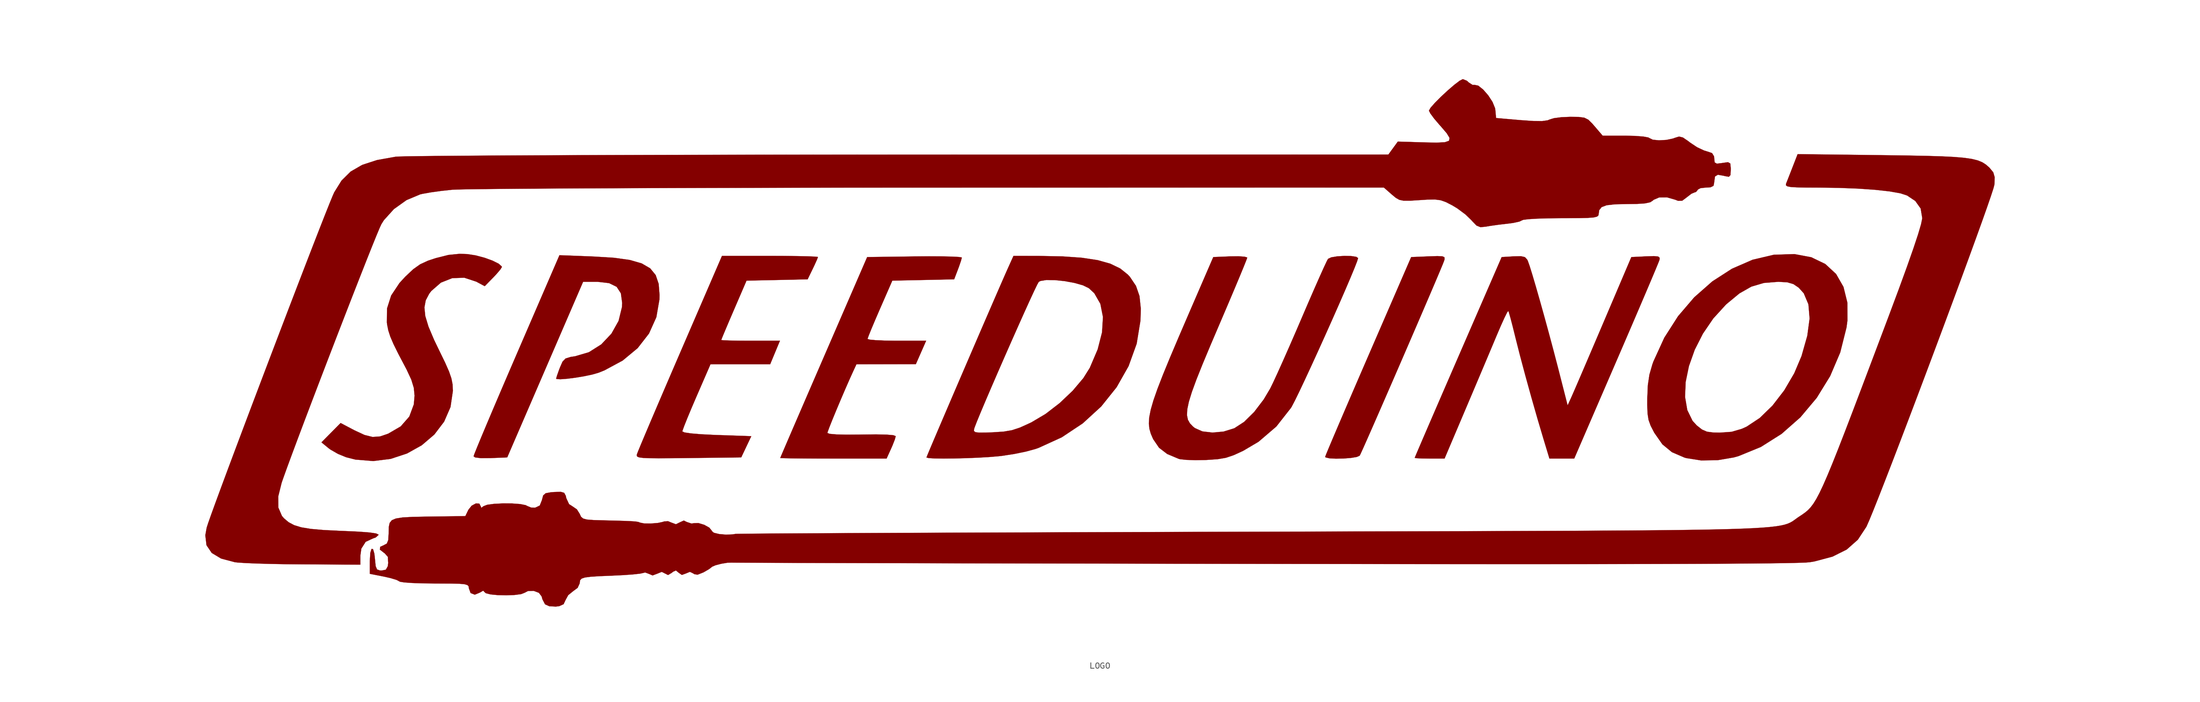
<source format=kicad_sym>
(kicad_symbol_lib
  (version 20231120)
  (generator "kicad_symbol_editor")
  (generator_version "8.0")
  (symbol "LOGO"
    (pin_names
      (offset 1.016))
    (property "Reference" "#G"
      (at 0 44.799 0)
      (effects (font (size 1.27 1.27)) (hide yes)))
    (symbol "LOGO_0_0"
      (polyline (pts (xy 37.139 -18.594) (xy 38.268 -18.505) (xy 39.158 -18.356) (xy 39.598 -18.156) (xy 39.744 -17.858) (xy 40.151 -16.962) (xy 40.775 -15.557) (xy 41.581 -13.726) (xy 42.532 -11.553) (xy 43.593 -9.118) (xy 44.729 -6.506) (xy 45.903 -3.797) (xy 47.08 -1.075) (xy 48.224 1.577) (xy 49.3 4.079) (xy 50.272 6.346) (xy 51.104 8.296) (xy 51.76 9.848) (xy 52.205 10.918) (xy 52.402 11.424) (xy 52.472 11.667) (xy 52.451 11.96) (xy 52.128 12.103) (xy 51.365 12.134) (xy 50.024 12.09) (xy 47.401 11.985) (xy 40.888 -3.041) (xy 39.752 -5.664) (xy 38.494 -8.578) (xy 37.351 -11.236) (xy 36.352 -13.569) (xy 35.525 -15.512) (xy 34.898 -16.998) (xy 34.5 -17.961) (xy 34.359 -18.334) (xy 34.433 -18.431) (xy 35.011 -18.564) (xy 35.983 -18.616) (xy 37.139 -18.594)) (stroke (width 0.01) (type default)) (fill (type outline)))
      (polyline (pts (xy -92.251 -18.529) (xy -89.699 -18.424) (xy -83.945 -5.098) (xy -78.191 8.228) (xy -76.171 8.228) (xy -75.975 8.227) (xy -74.253 8.031) (xy -73.105 7.468) (xy -72.464 6.484) (xy -72.265 5.023) (xy -72.293 4.415) (xy -72.811 2.297) (xy -73.898 0.359) (xy -75.437 -1.269) (xy -77.314 -2.457) (xy -79.415 -3.074) (xy -80.066 -3.17) (xy -80.848 -3.408) (xy -81.312 -3.885) (xy -81.712 -4.794) (xy -81.871 -5.215) (xy -82.165 -6.05) (xy -82.282 -6.465) (xy -82.211 -6.526) (xy -81.632 -6.563) (xy -80.618 -6.487) (xy -79.351 -6.325) (xy -78.014 -6.102) (xy -76.787 -5.843) (xy -75.854 -5.573) (xy -74.968 -5.221) (xy -72.19 -3.723) (xy -69.918 -1.839) (xy -68.199 0.373) (xy -67.082 2.854) (xy -66.616 5.545) (xy -66.599 6.225) (xy -66.731 7.919) (xy -67.184 9.255) (xy -68.021 10.277) (xy -69.308 11.025) (xy -71.109 11.545) (xy -73.489 11.877) (xy -76.512 12.064) (xy -81.782 12.267) (xy -88.292 -2.805) (xy -89.433 -5.451) (xy -90.688 -8.377) (xy -91.828 -11.05) (xy -92.823 -13.402) (xy -93.647 -15.365) (xy -94.27 -16.873) (xy -94.665 -17.859) (xy -94.803 -18.255) (xy -94.579 -18.427) (xy -93.711 -18.538) (xy -92.251 -18.529)) (stroke (width 0.01) (type default)) (fill (type outline)))
      (polyline (pts (xy -64.796 -18.549) (xy -62.207 -18.52) (xy -54.208 -18.424) (xy -53.444 -16.814) (xy -52.681 -15.204) (xy -57.912 -15.025) (xy -58.347 -15.009) (xy -60.314 -14.91) (xy -61.827 -14.784) (xy -62.799 -14.64) (xy -63.142 -14.489) (xy -63.111 -14.357) (xy -62.858 -13.655) (xy -62.389 -12.481) (xy -61.755 -10.958) (xy -61.007 -9.212) (xy -58.871 -4.293) (xy -54.347 -4.293) (xy -49.822 -4.293) (xy -49.079 -2.504) (xy -48.335 -0.715) (xy -52.787 -0.715) (xy -52.964 -0.715) (xy -54.631 -0.706) (xy -55.989 -0.682) (xy -56.904 -0.648) (xy -57.239 -0.607) (xy -57.229 -0.573) (xy -57.029 -0.068) (xy -56.609 0.936) (xy -56.023 2.318) (xy -55.321 3.954) (xy -53.403 8.407) (xy -48.769 8.506) (xy -44.136 8.606) (xy -43.354 10.215) (xy -43.081 10.788) (xy -42.715 11.602) (xy -42.572 11.994) (xy -42.592 12.007) (xy -43.089 12.057) (xy -44.169 12.1) (xy -45.727 12.133) (xy -47.656 12.155) (xy -49.851 12.163) (xy -57.13 12.163) (xy -63.499 -2.583) (xy -64.499 -4.9) (xy -65.76 -7.834) (xy -66.914 -10.529) (xy -67.931 -12.914) (xy -68.781 -14.92) (xy -69.436 -16.479) (xy -69.864 -17.519) (xy -70.037 -17.973) (xy -70.061 -18.129) (xy -69.982 -18.299) (xy -69.697 -18.421) (xy -69.12 -18.501) (xy -68.168 -18.545) (xy -66.755 -18.559) (xy -64.796 -18.549)) (stroke (width 0.01) (type default)) (fill (type outline)))
      (polyline (pts (xy -31.472 -17.082) (xy -31.269 -16.621) (xy -30.917 -15.723) (xy -30.773 -15.204) (xy -31.112 -15.06) (xy -32.119 -14.969) (xy -33.748 -14.932) (xy -35.953 -14.954) (xy -36.24 -14.96) (xy -38.27 -14.973) (xy -39.814 -14.935) (xy -40.796 -14.849) (xy -41.141 -14.718) (xy -41.106 -14.579) (xy -40.851 -13.88) (xy -40.397 -12.737) (xy -39.801 -11.29) (xy -39.124 -9.68) (xy -38.424 -8.047) (xy -37.76 -6.533) (xy -37.191 -5.277) (xy -36.733 -4.293) (xy -32.229 -4.285) (xy -27.725 -4.276) (xy -26.943 -2.496) (xy -26.161 -0.715) (xy -30.61 -0.715) (xy -30.786 -0.715) (xy -32.451 -0.691) (xy -33.807 -0.633) (xy -34.719 -0.549) (xy -35.051 -0.447) (xy -35.046 -0.418) (xy -34.861 0.097) (xy -34.45 1.112) (xy -33.867 2.494) (xy -33.168 4.114) (xy -31.292 8.407) (xy -26.602 8.507) (xy -21.912 8.606) (xy -21.331 10.128) (xy -21.165 10.573) (xy -20.867 11.447) (xy -20.749 11.915) (xy -20.764 11.931) (xy -21.238 12.003) (xy -22.299 12.057) (xy -23.838 12.089) (xy -25.751 12.098) (xy -27.93 12.081) (xy -35.11 11.985) (xy -41.699 -3.22) (xy -42.912 -6.021) (xy -44.171 -8.929) (xy -45.312 -11.571) (xy -46.31 -13.882) (xy -47.134 -15.796) (xy -47.758 -17.25) (xy -48.154 -18.177) (xy -48.292 -18.513) (xy -48.199 -18.527) (xy -47.529 -18.551) (xy -46.295 -18.572) (xy -44.601 -18.588) (xy -42.545 -18.599) (xy -40.229 -18.603) (xy -32.162 -18.603) (xy -31.472 -17.082)) (stroke (width 0.01) (type default)) (fill (type outline)))
      (polyline (pts (xy -107.385 -18.651) (xy -104.9 -17.832) (xy -102.658 -16.579) (xy -100.75 -14.948) (xy -99.268 -12.996) (xy -98.303 -10.779) (xy -97.946 -8.355) (xy -97.945 -8.232) (xy -97.992 -7.325) (xy -98.167 -6.43) (xy -98.525 -5.389) (xy -99.119 -4.039) (xy -100.003 -2.222) (xy -100.791 -0.586) (xy -101.646 1.434) (xy -102.13 3.038) (xy -102.261 4.331) (xy -102.059 5.418) (xy -101.543 6.403) (xy -101.217 6.835) (xy -99.761 8.104) (xy -98.044 8.788) (xy -96.209 8.85) (xy -94.398 8.253) (xy -93.11 7.563) (xy -91.81 8.894) (xy -91.329 9.405) (xy -90.74 10.097) (xy -90.51 10.472) (xy -90.528 10.555) (xy -90.986 10.973) (xy -91.919 11.44) (xy -93.145 11.885) (xy -94.48 12.24) (xy -95.739 12.436) (xy -96.905 12.479) (xy -98.603 12.312) (xy -100.546 11.824) (xy -101.693 11.445) (xy -102.897 10.895) (xy -103.956 10.142) (xy -105.166 9.006) (xy -106.034 8.061) (xy -107.304 6.152) (xy -107.93 4.186) (xy -107.956 2.057) (xy -107.91 1.708) (xy -107.736 0.837) (xy -107.434 -0.095) (xy -106.949 -1.226) (xy -106.221 -2.699) (xy -105.194 -4.651) (xy -104.962 -5.092) (xy -104.246 -6.632) (xy -103.867 -7.877) (xy -103.754 -9.051) (xy -103.868 -10.379) (xy -104.555 -12.229) (xy -105.856 -13.716) (xy -107.764 -14.829) (xy -108.969 -15.238) (xy -110.12 -15.324) (xy -111.35 -15.018) (xy -112.9 -14.293) (xy -114.972 -13.204) (xy -116.425 -14.672) (xy -117.877 -16.141) (xy -116.804 -17.021) (xy -116.541 -17.219) (xy -115.38 -17.889) (xy -114.121 -18.406) (xy -112.72 -18.758) (xy -110.022 -18.978) (xy -107.385 -18.651)) (stroke (width 0.01) (type default)) (fill (type outline)))
      (polyline (pts (xy 55.617 -11.18) (xy 55.808 -10.729) (xy 56.853 -8.264) (xy 57.904 -5.779) (xy 58.89 -3.444) (xy 59.739 -1.428) (xy 60.379 0.099) (xy 61.006 1.563) (xy 61.553 2.77) (xy 61.947 3.562) (xy 62.13 3.815) (xy 62.221 3.579) (xy 62.455 2.767) (xy 62.781 1.524) (xy 63.159 0.0004) (xy 63.227 -0.278) (xy 63.904 -2.947) (xy 64.73 -6.044) (xy 65.643 -9.344) (xy 66.579 -12.622) (xy 67.478 -15.651) (xy 68.373 -18.603) (xy 70.253 -18.603) (xy 72.134 -18.603) (xy 78.512 -3.846) (xy 79.517 -1.519) (xy 80.78 1.416) (xy 81.935 4.111) (xy 82.953 6.496) (xy 83.805 8.503) (xy 84.46 10.061) (xy 84.889 11.102) (xy 85.064 11.556) (xy 85.097 11.871) (xy 84.872 12.069) (xy 84.227 12.13) (xy 83.016 12.092) (xy 80.795 11.985) (xy 76.529 1.968) (xy 76.174 1.134) (xy 75.096 -1.391) (xy 74.098 -3.725) (xy 73.219 -5.775) (xy 72.499 -7.448) (xy 71.978 -8.649) (xy 71.698 -9.286) (xy 71.132 -10.523) (xy 69.766 -5.172) (xy 69.629 -4.639) (xy 68.979 -2.149) (xy 68.291 0.423) (xy 67.596 2.966) (xy 66.925 5.369) (xy 66.309 7.523) (xy 65.78 9.316) (xy 65.369 10.637) (xy 65.106 11.377) (xy 65.001 11.599) (xy 64.657 11.978) (xy 64.043 12.118) (xy 62.939 12.093) (xy 61.128 11.985) (xy 54.533 -3.201) (xy 53.324 -5.988) (xy 52.063 -8.896) (xy 50.92 -11.539) (xy 49.921 -13.851) (xy 49.096 -15.768) (xy 48.471 -17.225) (xy 48.076 -18.155) (xy 47.938 -18.495) (xy 48.218 -18.547) (xy 49.035 -18.587) (xy 50.202 -18.603) (xy 52.467 -18.603) (xy 55.617 -11.18)) (stroke (width 0.01) (type default)) (fill (type outline)))
      (polyline (pts (xy 93.871 -18.848) (xy 96.344 -18.427) (xy 97.075 -18.22) (xy 100.448 -16.836) (xy 103.591 -14.848) (xy 106.437 -12.339) (xy 108.914 -9.389) (xy 110.953 -6.079) (xy 112.482 -2.491) (xy 113.432 1.296) (xy 113.571 2.349) (xy 113.558 5.086) (xy 112.972 7.459) (xy 111.847 9.423) (xy 110.21 10.936) (xy 108.093 11.956) (xy 105.527 12.438) (xy 102.395 12.335) (xy 99.18 11.577) (xy 96.051 10.212) (xy 93.077 8.293) (xy 90.33 5.873) (xy 87.879 3.007) (xy 85.796 -0.251) (xy 84.15 -3.849) (xy 83.986 -4.301) (xy 83.537 -5.862) (xy 83.297 -7.479) (xy 83.223 -9.246) (xy 88.942 -9.246) (xy 89.033 -6.99) (xy 89.53 -4.572) (xy 90.411 -2.09) (xy 91.65 0.354) (xy 93.223 2.661) (xy 95.108 4.73) (xy 95.268 4.88) (xy 97.19 6.469) (xy 99.005 7.501) (xy 100.901 8.06) (xy 103.067 8.228) (xy 103.112 8.228) (xy 104.444 8.155) (xy 105.37 7.886) (xy 106.18 7.339) (xy 106.947 6.487) (xy 107.654 4.811) (xy 107.833 2.661) (xy 107.483 0.039) (xy 106.605 -3.05) (xy 105.503 -5.653) (xy 103.983 -8.251) (xy 102.202 -10.561) (xy 100.27 -12.44) (xy 98.298 -13.747) (xy 97.545 -14.091) (xy 96.001 -14.54) (xy 94.208 -14.668) (xy 93.269 -14.651) (xy 92.269 -14.524) (xy 91.514 -14.195) (xy 90.723 -13.576) (xy 90.077 -12.867) (xy 89.282 -11.238) (xy 88.942 -9.246) (xy 83.223 -9.246) (xy 83.213 -9.48) (xy 83.209 -10.438) (xy 83.254 -11.761) (xy 83.408 -12.738) (xy 83.719 -13.606) (xy 84.233 -14.604) (xy 84.281 -14.692) (xy 85.498 -16.434) (xy 86.953 -17.631) (xy 88.843 -18.447) (xy 89.126 -18.53) (xy 91.367 -18.883) (xy 93.871 -18.848)) (stroke (width 0.01) (type default)) (fill (type outline)))
      (polyline (pts (xy 16.21 -18.817) (xy 16.425 -18.808) (xy 18.064 -18.696) (xy 19.326 -18.476) (xy 20.514 -18.075) (xy 21.934 -17.419) (xy 24.251 -16.051) (xy 26.951 -13.74) (xy 29.177 -10.903) (xy 29.296 -10.702) (xy 29.77 -9.794) (xy 30.449 -8.403) (xy 31.29 -6.622) (xy 32.252 -4.547) (xy 33.292 -2.271) (xy 34.367 0.111) (xy 35.437 2.505) (xy 36.457 4.816) (xy 37.387 6.95) (xy 38.183 8.813) (xy 38.804 10.31) (xy 39.208 11.347) (xy 39.352 11.83) (xy 39.077 12.025) (xy 38.307 12.14) (xy 37.266 12.161) (xy 36.182 12.094) (xy 35.282 11.943) (xy 34.793 11.716) (xy 34.597 11.35) (xy 34.151 10.399) (xy 33.505 8.964) (xy 32.699 7.138) (xy 31.775 5.014) (xy 30.774 2.683) (xy 29.966 0.801) (xy 28.933 -1.573) (xy 27.969 -3.755) (xy 27.128 -5.627) (xy 26.459 -7.072) (xy 26.017 -7.976) (xy 25.031 -9.634) (xy 23.584 -11.535) (xy 22.058 -13.037) (xy 20.584 -13.995) (xy 20.563 -14.005) (xy 18.957 -14.501) (xy 17.265 -14.657) (xy 15.725 -14.476) (xy 14.577 -13.958) (xy 14.312 -13.739) (xy 13.85 -13.259) (xy 13.54 -12.708) (xy 13.399 -12.02) (xy 13.442 -11.131) (xy 13.685 -9.976) (xy 14.142 -8.491) (xy 14.83 -6.612) (xy 15.764 -4.273) (xy 16.959 -1.411) (xy 18.432 2.04) (xy 18.701 2.668) (xy 19.726 5.071) (xy 20.644 7.242) (xy 21.42 9.095) (xy 22.017 10.546) (xy 22.402 11.51) (xy 22.538 11.901) (xy 22.533 11.92) (xy 22.131 12.043) (xy 21.215 12.104) (xy 19.962 12.09) (xy 17.386 11.985) (xy 13.673 3.399) (xy 12.134 -0.175) (xy 10.811 -3.296) (xy 9.745 -5.892) (xy 8.918 -8.028) (xy 8.309 -9.77) (xy 7.902 -11.181) (xy 7.677 -12.327) (xy 7.616 -13.273) (xy 7.699 -14.083) (xy 7.909 -14.823) (xy 8.226 -15.558) (xy 8.281 -15.669) (xy 9.159 -16.958) (xy 10.393 -17.904) (xy 12.161 -18.649) (xy 12.352 -18.696) (xy 13.306 -18.799) (xy 14.668 -18.843) (xy 16.21 -18.817)) (stroke (width 0.01) (type default)) (fill (type outline)))
      (polyline (pts (xy -21.888 -18.585) (xy -20.085 -18.539) (xy -18.263 -18.465) (xy -16.558 -18.365) (xy -15.111 -18.241) (xy -14.655 -18.189) (xy -12.805 -17.905) (xy -11 -17.534) (xy -9.576 -17.144) (xy -9.104 -16.979) (xy -5.587 -15.373) (xy -2.4 -13.251) (xy 0.394 -10.691) (xy 2.729 -7.772) (xy 4.542 -4.572) (xy 5.769 -1.17) (xy 6.346 2.357) (xy 6.395 4.167) (xy 6.197 6.069) (xy 5.664 7.612) (xy 4.754 8.969) (xy 4.427 9.328) (xy 3.264 10.258) (xy 1.766 10.982) (xy -0.14 11.517) (xy -2.53 11.88) (xy -5.476 12.087) (xy -9.053 12.157) (xy -12.918 12.163) (xy -13.764 10.285) (xy -13.791 10.227) (xy -14.238 9.217) (xy -14.89 7.726) (xy -15.712 5.836) (xy -16.669 3.628) (xy -17.727 1.183) (xy -18.849 -1.419) (xy -20.001 -4.095) (xy -21.149 -6.764) (xy -22.257 -9.345) (xy -23.29 -11.758) (xy -24.214 -13.919) (xy -24.419 -14.401) (xy -18.916 -14.401) (xy -18.878 -14.08) (xy -18.809 -13.87) (xy -18.469 -12.99) (xy -17.907 -11.623) (xy -17.166 -9.867) (xy -16.287 -7.815) (xy -15.313 -5.563) (xy -14.284 -3.207) (xy -13.243 -0.841) (xy -12.232 1.439) (xy -11.293 3.537) (xy -10.467 5.359) (xy -9.796 6.808) (xy -9.323 7.79) (xy -9.089 8.209) (xy -8.837 8.357) (xy -7.929 8.505) (xy -6.632 8.488) (xy -5.144 8.332) (xy -3.659 8.059) (xy -2.376 7.696) (xy -1.49 7.266) (xy -0.658 6.493) (xy 0.262 4.886) (xy 0.655 2.89) (xy 0.518 0.566) (xy -0.147 -2.027) (xy -1.343 -4.83) (xy -2.321 -6.391) (xy -3.942 -8.311) (xy -5.908 -10.176) (xy -8.045 -11.824) (xy -10.176 -13.089) (xy -10.444 -13.22) (xy -11.922 -13.892) (xy -13.14 -14.294) (xy -14.41 -14.509) (xy -16.042 -14.617) (xy -17.101 -14.657) (xy -18.158 -14.665) (xy -18.719 -14.588) (xy -18.916 -14.401) (xy -24.419 -14.401) (xy -24.994 -15.749) (xy -25.594 -17.167) (xy -25.979 -18.09) (xy -26.116 -18.438) (xy -25.784 -18.529) (xy -24.876 -18.582) (xy -23.531 -18.6) (xy -21.888 -18.585)) (stroke (width 0.01) (type default)) (fill (type outline)))
      (polyline (pts (xy -111.975 -33.326) (xy -111.826 -32.27) (xy -111.171 -31.238) (xy -110.037 -30.714) (xy -109.641 -30.58) (xy -109.218 -30.188) (xy -109.219 -30.142) (xy -109.594 -29.968) (xy -110.586 -29.821) (xy -112.229 -29.697) (xy -114.555 -29.592) (xy -115.079 -29.572) (xy -117.579 -29.447) (xy -119.496 -29.277) (xy -120.941 -29.039) (xy -122.025 -28.707) (xy -122.86 -28.26) (xy -123.557 -27.672) (xy -123.869 -27.311) (xy -124.421 -26.027) (xy -124.435 -24.369) (xy -123.916 -22.282) (xy -123.675 -21.586) (xy -123.101 -19.991) (xy -122.344 -17.935) (xy -121.433 -15.494) (xy -120.398 -12.744) (xy -119.266 -9.76) (xy -118.067 -6.617) (xy -116.831 -3.39) (xy -115.585 -0.155) (xy -114.36 3.012) (xy -113.184 6.038) (xy -112.086 8.845) (xy -111.096 11.36) (xy -110.241 13.507) (xy -109.552 15.21) (xy -109.057 16.394) (xy -108.785 16.983) (xy -108.409 17.581) (xy -106.891 19.263) (xy -104.978 20.63) (xy -102.91 21.499) (xy -102.561 21.582) (xy -101.31 21.805) (xy -99.711 22.026) (xy -98.022 22.207) (xy -98.008 22.208) (xy -97.278 22.239) (xy -95.871 22.27) (xy -93.823 22.299) (xy -91.173 22.328) (xy -87.955 22.355) (xy -84.207 22.38) (xy -79.967 22.404) (xy -75.269 22.427) (xy -70.153 22.448) (xy -64.653 22.466) (xy -58.808 22.482) (xy -52.654 22.496) (xy -46.227 22.508) (xy -39.565 22.517) (xy -32.704 22.522) (xy -25.681 22.525) (xy 43.262 22.538) (xy 44.469 21.478) (xy 45.068 20.979) (xy 45.606 20.673) (xy 46.263 20.539) (xy 47.237 20.539) (xy 48.725 20.633) (xy 49.835 20.705) (xy 51.012 20.725) (xy 51.88 20.612) (xy 52.68 20.326) (xy 53.65 19.827) (xy 54.411 19.365) (xy 55.628 18.459) (xy 56.532 17.586) (xy 56.628 17.47) (xy 57.309 16.769) (xy 57.914 16.522) (xy 58.73 16.603) (xy 59.307 16.704) (xy 60.599 16.888) (xy 61.985 17.049) (xy 62.882 17.168) (xy 63.807 17.369) (xy 64.242 17.573) (xy 64.419 17.641) (xy 65.206 17.739) (xy 66.506 17.817) (xy 68.192 17.869) (xy 70.139 17.887) (xy 70.958 17.888) (xy 72.876 17.899) (xy 74.216 17.933) (xy 75.081 18.002) (xy 75.572 18.117) (xy 75.792 18.289) (xy 75.842 18.531) (xy 75.927 19.109) (xy 76.293 19.57) (xy 77.049 19.852) (xy 78.303 19.995) (xy 80.163 20.034) (xy 81.609 20.052) (xy 82.88 20.136) (xy 83.659 20.303) (xy 84.07 20.57) (xy 84.171 20.674) (xy 85.028 21.04) (xy 86.208 21.049) (xy 87.456 20.69) (xy 87.891 20.52) (xy 88.512 20.536) (xy 89.195 21.048) (xy 89.198 21.051) (xy 89.903 21.596) (xy 90.444 21.823) (xy 90.587 21.844) (xy 90.868 22.18) (xy 90.878 22.227) (xy 91.292 22.448) (xy 92.12 22.538) (xy 92.813 22.574) (xy 93.266 22.806) (xy 93.372 23.373) (xy 93.372 23.416) (xy 93.485 24.216) (xy 93.919 24.483) (xy 94.83 24.319) (xy 94.959 24.282) (xy 95.591 24.17) (xy 95.835 24.441) (xy 95.876 25.262) (xy 95.875 25.506) (xy 95.802 26.19) (xy 95.457 26.387) (xy 94.624 26.271) (xy 94.586 26.264) (xy 93.772 26.162) (xy 93.437 26.346) (xy 93.372 26.925) (xy 93.347 27.265) (xy 93.038 27.769) (xy 92.214 28.046) (xy 91.849 28.151) (xy 90.755 28.665) (xy 89.678 29.386) (xy 89.419 29.591) (xy 88.619 30.135) (xy 88.033 30.277) (xy 87.42 30.093) (xy 87.13 29.982) (xy 86.105 29.767) (xy 84.989 29.705) (xy 84.044 29.799) (xy 83.534 30.051) (xy 83.371 30.14) (xy 82.612 30.279) (xy 81.393 30.373) (xy 79.88 30.409) (xy 76.448 30.409) (xy 75.223 31.84) (xy 74.861 32.257) (xy 74.271 32.837) (xy 73.674 33.139) (xy 72.835 33.253) (xy 71.517 33.27) (xy 70.203 33.216) (xy 69.059 33.069) (xy 68.378 32.86) (xy 68.114 32.745) (xy 67.285 32.627) (xy 65.946 32.635) (xy 64 32.77) (xy 60.28 33.092) (xy 60.166 34.344) (xy 60.124 34.592) (xy 59.74 35.534) (xy 59.091 36.533) (xy 58.322 37.415) (xy 57.578 38.005) (xy 57.007 38.129) (xy 56.708 38.121) (xy 56.148 38.479) (xy 55.862 38.743) (xy 55.241 38.994) (xy 55.236 38.994) (xy 54.755 38.752) (xy 53.942 38.133) (xy 52.947 37.276) (xy 51.916 36.318) (xy 50.999 35.396) (xy 50.343 34.649) (xy 50.096 34.213) (xy 50.309 33.786) (xy 50.889 33) (xy 51.706 32.041) (xy 51.912 31.813) (xy 52.797 30.776) (xy 53.225 30.069) (xy 53.146 29.635) (xy 52.506 29.416) (xy 51.255 29.355) (xy 49.341 29.393) (xy 45.377 29.514) (xy 44.66 28.53) (xy 43.943 27.547) (xy -30.17 27.535) (xy -35.018 27.533) (xy -42.171 27.529) (xy -49.128 27.522) (xy -55.856 27.512) (xy -62.319 27.5) (xy -68.482 27.486) (xy -74.312 27.469) (xy -79.773 27.451) (xy -84.83 27.43) (xy -89.45 27.408) (xy -93.597 27.385) (xy -97.236 27.36) (xy -100.334 27.334) (xy -102.854 27.306) (xy -104.763 27.278) (xy -106.026 27.249) (xy -106.609 27.219) (xy -106.626 27.217) (xy -109.458 26.71) (xy -111.699 25.978) (xy -113.456 24.96) (xy -114.833 23.595) (xy -115.936 21.823) (xy -116.161 21.319) (xy -116.642 20.15) (xy -117.326 18.434) (xy -118.189 16.237) (xy -119.204 13.629) (xy -120.346 10.675) (xy -121.589 7.444) (xy -122.908 4.003) (xy -124.276 0.42) (xy -125.669 -3.238) (xy -127.06 -6.904) (xy -128.425 -10.509) (xy -129.736 -13.987) (xy -130.969 -17.27) (xy -132.099 -20.291) (xy -133.098 -22.982) (xy -133.942 -25.275) (xy -134.606 -27.103) (xy -135.063 -28.398) (xy -135.287 -29.094) (xy -135.492 -30.246) (xy -135.314 -31.755) (xy -134.52 -32.928) (xy -133.097 -33.781) (xy -131.032 -34.33) (xy -130.61 -34.38) (xy -129.403 -34.46) (xy -127.679 -34.532) (xy -125.562 -34.592) (xy -123.178 -34.636) (xy -120.65 -34.659) (xy -111.975 -34.701) (xy -111.975 -33.326)) (stroke (width 0.01) (type default)) (fill (type outline)))
      (polyline (pts (xy -81.813 -41.004) (xy -81.152 -40.709) (xy -80.85 -40.068) (xy -80.45 -39.336) (xy -79.673 -38.706) (xy -79.02 -38.225) (xy -78.704 -37.533) (xy -78.703 -37.42) (xy -78.643 -37.068) (xy -78.416 -36.82) (xy -77.91 -36.651) (xy -77.017 -36.536) (xy -75.628 -36.45) (xy -73.633 -36.367) (xy -72.066 -36.291) (xy -70.612 -36.186) (xy -69.556 -36.071) (xy -69.057 -35.961) (xy -68.778 -35.892) (xy -68.163 -36.122) (xy -67.655 -36.343) (xy -66.936 -36.072) (xy -66.934 -36.071) (xy -66.263 -35.798) (xy -65.768 -36.047) (xy -65.305 -36.28) (xy -64.737 -35.94) (xy -64.555 -35.782) (xy -64.112 -35.585) (xy -63.7 -35.928) (xy -63.214 -36.266) (xy -62.584 -36.036) (xy -62 -35.794) (xy -61.488 -36.033) (xy -61.358 -36.142) (xy -60.825 -36.229) (xy -59.959 -35.885) (xy -59.86 -35.834) (xy -59.085 -35.384) (xy -58.67 -35.059) (xy -58.637 -35.024) (xy -58.105 -34.793) (xy -57.221 -34.566) (xy -56.293 -34.411) (xy -55.63 -34.394) (xy -55.559 -34.397) (xy -54.895 -34.403) (xy -53.561 -34.411) (xy -51.588 -34.42) (xy -49.01 -34.429) (xy -45.857 -34.439) (xy -42.162 -34.45) (xy -37.958 -34.461) (xy -33.276 -34.473) (xy -28.149 -34.485) (xy -22.609 -34.498) (xy -16.688 -34.51) (xy -10.417 -34.523) (xy -3.83 -34.536) (xy 3.041 -34.549) (xy 10.165 -34.562) (xy 17.51 -34.575) (xy 25.042 -34.587) (xy 33.76 -34.6) (xy 43.307 -34.612) (xy 52.155 -34.62) (xy 60.315 -34.623) (xy 67.794 -34.623) (xy 74.603 -34.618) (xy 80.75 -34.609) (xy 86.246 -34.596) (xy 91.098 -34.579) (xy 95.317 -34.557) (xy 98.911 -34.532) (xy 101.891 -34.502) (xy 104.264 -34.467) (xy 106.04 -34.428) (xy 107.23 -34.385) (xy 107.841 -34.338) (xy 108.58 -34.213) (xy 111.301 -33.49) (xy 113.466 -32.408) (xy 115.151 -30.919) (xy 116.432 -28.977) (xy 116.481 -28.879) (xy 116.885 -27.962) (xy 117.495 -26.478) (xy 118.285 -24.494) (xy 119.232 -22.074) (xy 120.312 -19.282) (xy 121.499 -16.185) (xy 122.77 -12.846) (xy 124.101 -9.331) (xy 125.466 -5.705) (xy 126.843 -2.032) (xy 128.206 1.622) (xy 129.531 5.193) (xy 130.794 8.615) (xy 131.971 11.824) (xy 133.037 14.754) (xy 133.969 17.341) (xy 134.741 19.52) (xy 135.329 21.226) (xy 135.71 22.394) (xy 135.859 22.959) (xy 135.863 22.998) (xy 135.905 24.107) (xy 135.693 24.843) (xy 135.138 25.523) (xy 135.059 25.601) (xy 134.576 26.025) (xy 134.032 26.373) (xy 133.353 26.654) (xy 132.468 26.876) (xy 131.303 27.048) (xy 129.786 27.178) (xy 127.845 27.275) (xy 125.405 27.348) (xy 122.396 27.404) (xy 118.744 27.454) (xy 106.016 27.608) (xy 105.273 25.699) (xy 104.962 24.9) (xy 104.546 23.837) (xy 104.28 23.164) (xy 104.262 23.118) (xy 104.24 22.889) (xy 104.431 22.729) (xy 104.937 22.626) (xy 105.858 22.566) (xy 107.293 22.538) (xy 109.343 22.529) (xy 112.263 22.49) (xy 115.2 22.375) (xy 117.798 22.193) (xy 119.963 21.953) (xy 121.601 21.663) (xy 122.618 21.332) (xy 123.865 20.496) (xy 124.678 19.355) (xy 124.918 17.907) (xy 124.915 17.837) (xy 124.734 16.957) (xy 124.284 15.432) (xy 123.568 13.274) (xy 122.592 10.497) (xy 121.359 7.113) (xy 119.875 3.136) (xy 119.163 1.245) (xy 117.351 -3.561) (xy 115.766 -7.758) (xy 114.387 -11.39) (xy 113.195 -14.503) (xy 112.169 -17.139) (xy 111.29 -19.345) (xy 110.537 -21.163) (xy 109.892 -22.639) (xy 109.335 -23.817) (xy 108.845 -24.74) (xy 108.402 -25.455) (xy 107.987 -26.004) (xy 107.581 -26.432) (xy 107.162 -26.784) (xy 106.712 -27.105) (xy 106.21 -27.437) (xy 106.007 -27.576) (xy 105.704 -27.795) (xy 105.426 -27.997) (xy 105.145 -28.183) (xy 104.831 -28.352) (xy 104.457 -28.507) (xy 103.993 -28.648) (xy 103.412 -28.775) (xy 102.685 -28.889) (xy 101.783 -28.992) (xy 100.679 -29.084) (xy 99.343 -29.166) (xy 97.747 -29.237) (xy 95.862 -29.301) (xy 93.661 -29.356) (xy 91.114 -29.404) (xy 88.194 -29.446) (xy 84.871 -29.482) (xy 81.118 -29.514) (xy 76.905 -29.541) (xy 72.204 -29.565) (xy 66.988 -29.587) (xy 61.226 -29.607) (xy 54.892 -29.626) (xy 47.956 -29.645) (xy 40.39 -29.664) (xy 32.165 -29.685) (xy 23.253 -29.709) (xy 22.337 -29.711) (xy 14.943 -29.731) (xy 7.739 -29.752) (xy 0.76 -29.773) (xy -5.963 -29.795) (xy -12.396 -29.817) (xy -18.508 -29.838) (xy -24.264 -29.86) (xy -29.632 -29.881) (xy -34.58 -29.902) (xy -39.075 -29.923) (xy -43.084 -29.942) (xy -46.574 -29.961) (xy -49.512 -29.979) (xy -51.866 -29.996) (xy -53.602 -30.012) (xy -54.689 -30.026) (xy -55.093 -30.039) (xy -55.493 -30.108) (xy -56.526 -30.149) (xy -57.559 -30.059) (xy -58.353 -29.867) (xy -58.67 -29.601) (xy -58.676 -29.546) (xy -59.053 -29.081) (xy -59.822 -28.656) (xy -60.701 -28.392) (xy -61.409 -28.413) (xy -61.756 -28.467) (xy -62.472 -28.224) (xy -62.919 -28.007) (xy -63.529 -28.286) (xy -64.115 -28.573) (xy -64.796 -28.318) (xy -65.316 -28.106) (xy -65.927 -28.146) (xy -66.061 -28.209) (xy -66.853 -28.376) (xy -67.917 -28.461) (xy -68.927 -28.45) (xy -69.559 -28.325) (xy -69.755 -28.242) (xy -70.108 -28.172) (xy -70.717 -28.118) (xy -71.696 -28.072) (xy -73.16 -28.027) (xy -75.225 -27.977) (xy -76.641 -27.935) (xy -77.628 -27.857) (xy -78.199 -27.7) (xy -78.51 -27.422) (xy -78.717 -26.975) (xy -79.134 -26.313) (xy -79.8 -25.855) (xy -80.32 -25.52) (xy -80.738 -24.62) (xy -80.826 -24.235) (xy -81.065 -23.798) (xy -81.583 -23.65) (xy -82.596 -23.683) (xy -83.081 -23.719) (xy -83.873 -23.865) (xy -84.251 -24.2) (xy -84.429 -24.863) (xy -84.434 -24.897) (xy -84.767 -25.73) (xy -85.456 -26.056) (xy -86.055 -26.048) (xy -86.688 -25.788) (xy -86.891 -25.676) (xy -87.728 -25.507) (xy -88.949 -25.418) (xy -90.335 -25.407) (xy -91.669 -25.473) (xy -92.73 -25.614) (xy -93.3 -25.829) (xy -93.624 -26.078) (xy -93.73 -25.829) (xy -93.939 -25.432) (xy -94.469 -25.418) (xy -95.094 -25.752) (xy -95.588 -26.369) (xy -96.055 -27.337) (xy -101.063 -27.401) (xy -101.97 -27.413) (xy -104.061 -27.456) (xy -105.568 -27.539) (xy -106.585 -27.698) (xy -107.209 -27.965) (xy -107.535 -28.377) (xy -107.661 -28.966) (xy -107.682 -29.768) (xy -107.682 -29.921) (xy -107.744 -30.958) (xy -107.959 -31.499) (xy -108.397 -31.736) (xy -108.964 -31.995) (xy -109.019 -32.419) (xy -108.376 -32.924) (xy -108.298 -32.968) (xy -107.811 -33.517) (xy -107.75 -34.457) (xy -107.822 -34.953) (xy -108.11 -35.47) (xy -108.755 -35.596) (xy -109.021 -35.587) (xy -109.446 -35.428) (xy -109.655 -34.927) (xy -109.758 -33.896) (xy -109.849 -33.047) (xy -110.054 -32.342) (xy -110.282 -32.303) (xy -110.467 -32.912) (xy -110.544 -34.147) (xy -110.544 -36.096) (xy -108.388 -36.52) (xy -107.389 -36.747) (xy -106.47 -37.026) (xy -106.042 -37.254) (xy -105.958 -37.299) (xy -105.303 -37.403) (xy -104.118 -37.487) (xy -102.534 -37.543) (xy -100.684 -37.563) (xy -99.996 -37.564) (xy -98.176 -37.573) (xy -96.93 -37.606) (xy -96.15 -37.68) (xy -95.727 -37.808) (xy -95.552 -38.006) (xy -95.518 -38.29) (xy -95.518 -38.292) (xy -95.254 -39.014) (xy -94.618 -39.262) (xy -93.846 -38.945) (xy -93.845 -38.945) (xy -93.347 -38.651) (xy -93.105 -38.905) (xy -92.947 -39.04) (xy -92.228 -39.221) (xy -91.125 -39.328) (xy -89.846 -39.358) (xy -88.601 -39.309) (xy -87.598 -39.179) (xy -87.047 -38.966) (xy -86.546 -38.701) (xy -85.688 -38.683) (xy -84.895 -38.983) (xy -84.482 -39.531) (xy -84.36 -39.968) (xy -83.973 -40.712) (xy -83.961 -40.726) (xy -83.326 -41.018) (xy -82.326 -41.069) (xy -81.813 -41.004)) (stroke (width 0.01) (type default)) (fill (type outline))))))
</source>
